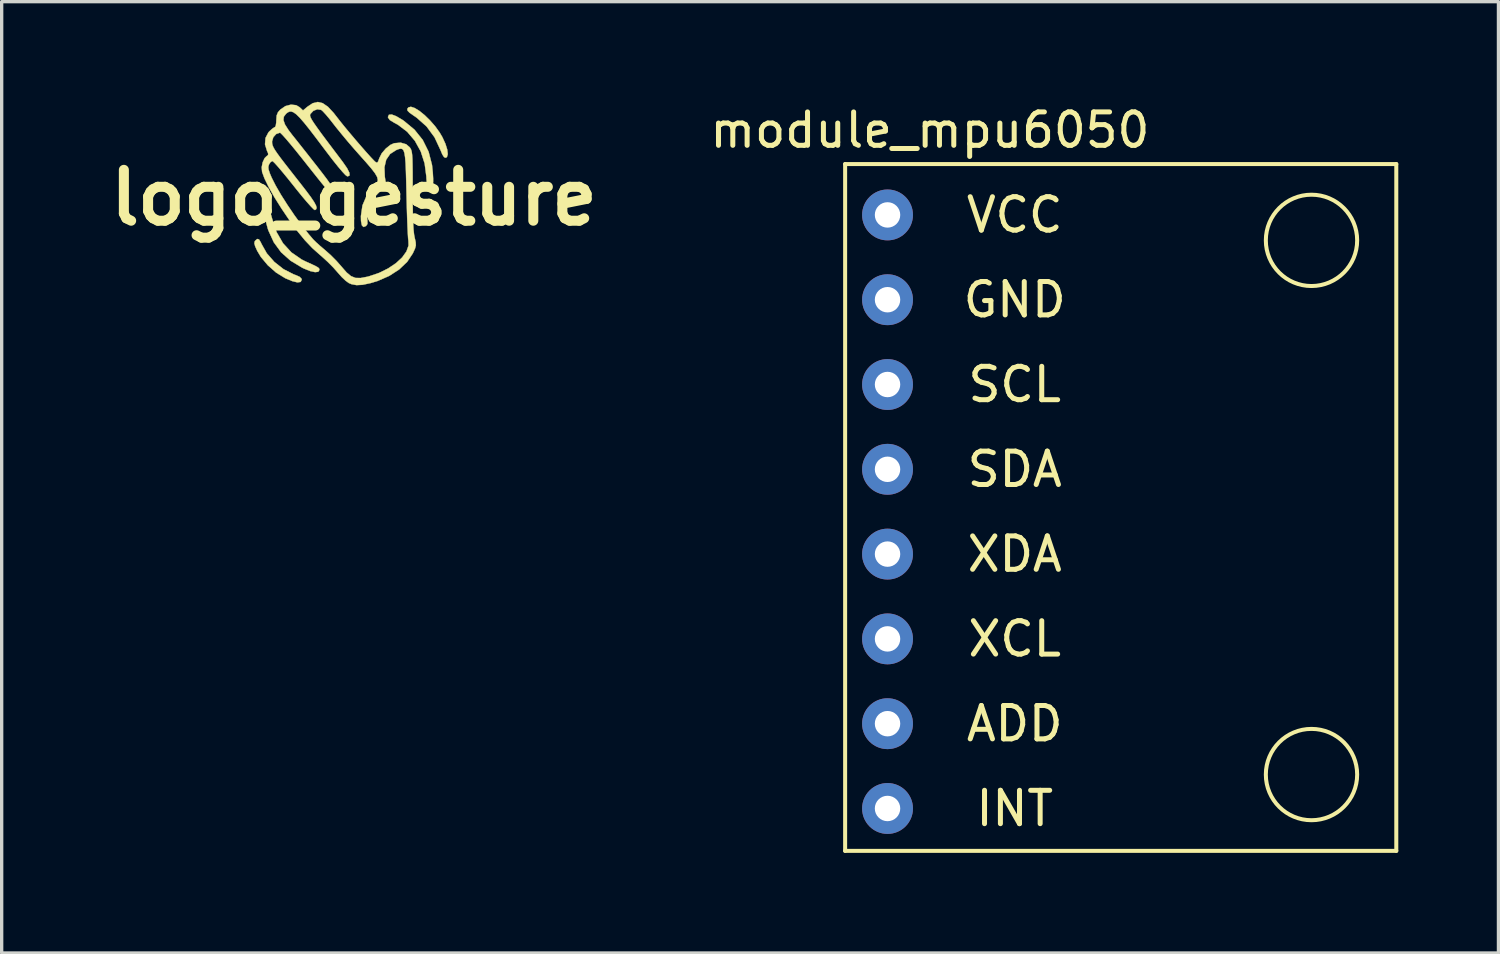
<source format=kicad_pcb>
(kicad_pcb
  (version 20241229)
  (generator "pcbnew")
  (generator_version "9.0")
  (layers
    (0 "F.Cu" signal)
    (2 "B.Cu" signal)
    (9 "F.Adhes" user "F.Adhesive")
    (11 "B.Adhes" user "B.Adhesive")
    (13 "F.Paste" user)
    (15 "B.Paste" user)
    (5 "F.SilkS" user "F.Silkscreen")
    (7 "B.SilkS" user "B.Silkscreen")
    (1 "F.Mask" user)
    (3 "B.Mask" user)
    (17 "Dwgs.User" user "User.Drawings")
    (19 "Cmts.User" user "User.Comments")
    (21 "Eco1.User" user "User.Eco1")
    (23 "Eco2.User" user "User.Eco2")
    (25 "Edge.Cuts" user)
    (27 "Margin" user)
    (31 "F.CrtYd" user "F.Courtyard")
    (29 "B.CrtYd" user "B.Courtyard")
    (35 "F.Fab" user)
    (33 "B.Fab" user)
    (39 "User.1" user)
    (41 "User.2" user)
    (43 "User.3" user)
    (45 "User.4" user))
  (footprint "logo_gesture"
    (layer "F.Cu")
    (at 7.555 2.872)
    (property "Reference" "logo_gesture" (at 0 0 0) (layer "F.SilkS") (effects (font (size 1.524 1.524) (thickness 0.3))))
    (attr through_hole)
    (fp_poly (pts (xy 1.818 -2.686) (xy 1.959 -2.599) (xy 2.116 -2.472) (xy 2.276 -2.315) (xy 2.43 -2.139) (xy 2.565 -1.952) (xy 2.645 -1.816) (xy 2.737 -1.616) (xy 2.792 -1.441) (xy 2.808 -1.304) (xy 2.783 -1.218) (xy 2.747 -1.196) (xy 2.697 -1.214) (xy 2.643 -1.299) (xy 2.59 -1.427) (xy 2.411 -1.81) (xy 2.173 -2.133) (xy 1.875 -2.398) (xy 1.799 -2.45) (xy 1.668 -2.541) (xy 1.603 -2.606) (xy 1.595 -2.659) (xy 1.627 -2.703) (xy 1.703 -2.724) (xy 1.818 -2.686)) (stroke (width 0.01) (type solid)) (fill yes) (layer "F.SilkS"))
    (fp_poly (pts (xy -2.846 1.25) (xy -2.791 1.34) (xy -2.772 1.384) (xy -2.612 1.668) (xy -2.386 1.925) (xy -2.113 2.14) (xy -1.812 2.294) (xy -1.763 2.312) (xy -1.632 2.368) (xy -1.573 2.427) (xy -1.566 2.459) (xy -1.599 2.523) (xy -1.695 2.537) (xy -1.848 2.5) (xy -2.055 2.414) (xy -2.067 2.408) (xy -2.333 2.244) (xy -2.582 2.025) (xy -2.79 1.776) (xy -2.9 1.592) (xy -2.963 1.453) (xy -2.986 1.365) (xy -2.975 1.309) (xy -2.963 1.291) (xy -2.9 1.236) (xy -2.846 1.25)) (stroke (width 0.01) (type solid)) (fill yes) (layer "F.SilkS"))
    (fp_poly (pts (xy -2.534 0.398) (xy -2.485 0.515) (xy -2.451 0.638) (xy -2.319 1.031) (xy -2.127 1.365) (xy -1.876 1.639) (xy -1.569 1.851) (xy -1.451 1.91) (xy -1.268 1.992) (xy -1.149 2.049) (xy -1.08 2.088) (xy -1.047 2.119) (xy -1.038 2.148) (xy -1.037 2.164) (xy -1.071 2.219) (xy -1.166 2.23) (xy -1.312 2.198) (xy -1.499 2.123) (xy -1.551 2.098) (xy -1.904 1.885) (xy -2.185 1.635) (xy -2.403 1.337) (xy -2.565 0.983) (xy -2.581 0.937) (xy -2.633 0.744) (xy -2.656 0.575) (xy -2.65 0.445) (xy -2.614 0.371) (xy -2.582 0.36) (xy -2.534 0.398)) (stroke (width 0.01) (type solid)) (fill yes) (layer "F.SilkS"))
    (fp_poly (pts (xy 1.268 -2.439) (xy 1.457 -2.327) (xy 1.492 -2.303) (xy 1.811 -2.038) (xy 2.059 -1.729) (xy 2.234 -1.376) (xy 2.336 -0.98) (xy 2.36 -0.751) (xy 2.37 -0.574) (xy 2.37 -0.465) (xy 2.359 -0.407) (xy 2.333 -0.385) (xy 2.294 -0.381) (xy 2.216 -0.394) (xy 2.19 -0.413) (xy 2.178 -0.471) (xy 2.168 -0.581) (xy 2.166 -0.635) (xy 2.115 -1.024) (xy 1.999 -1.384) (xy 1.822 -1.705) (xy 1.591 -1.976) (xy 1.314 -2.186) (xy 1.21 -2.242) (xy 1.072 -2.326) (xy 1.017 -2.404) (xy 1.016 -2.417) (xy 1.045 -2.484) (xy 1.13 -2.492) (xy 1.268 -2.439)) (stroke (width 0.01) (type solid)) (fill yes) (layer "F.SilkS"))
    (fp_poly (pts (xy -0.939 -2.832) (xy -0.782 -2.724) (xy -0.61 -2.539) (xy -0.523 -2.427) (xy -0.42 -2.295) (xy -0.284 -2.126) (xy -0.126 -1.936) (xy 0.043 -1.736) (xy 0.212 -1.54) (xy 0.368 -1.362) (xy 0.502 -1.213) (xy 0.602 -1.108) (xy 0.644 -1.069) (xy 0.688 -1.048) (xy 0.721 -1.083) (xy 0.756 -1.182) (xy 0.83 -1.329) (xy 0.952 -1.472) (xy 1.093 -1.584) (xy 1.201 -1.632) (xy 1.397 -1.649) (xy 1.562 -1.601) (xy 1.668 -1.51) (xy 1.694 -1.471) (xy 1.715 -1.427) (xy 1.73 -1.367) (xy 1.741 -1.281) (xy 1.749 -1.159) (xy 1.753 -0.991) (xy 1.756 -0.765) (xy 1.757 -0.473) (xy 1.757 -0.219) (xy 1.758 0.181) (xy 1.763 0.505) (xy 1.771 0.762) (xy 1.783 0.959) (xy 1.799 1.105) (xy 1.816 1.193) (xy 1.847 1.331) (xy 1.852 1.428) (xy 1.828 1.521) (xy 1.77 1.648) (xy 1.761 1.668) (xy 1.592 1.921) (xy 1.353 2.149) (xy 1.053 2.343) (xy 0.705 2.495) (xy 0.489 2.56) (xy 0.256 2.609) (xy 0.076 2.619) (xy -0.074 2.591) (xy -0.155 2.557) (xy -0.247 2.491) (xy -0.365 2.38) (xy -0.484 2.247) (xy -0.494 2.235) (xy -0.623 2.089) (xy -0.79 1.921) (xy -0.966 1.76) (xy -1.028 1.707) (xy -1.252 1.507) (xy -1.47 1.277) (xy -1.693 1.006) (xy -1.931 0.682) (xy -2.168 0.331) (xy -2.384 -0.012) (xy -2.557 -0.319) (xy -2.684 -0.58) (xy -2.754 -0.77) (xy -2.766 -0.909) (xy -2.763 -0.927) (xy -2.568 -0.927) (xy -2.561 -0.848) (xy -2.524 -0.734) (xy -2.469 -0.604) (xy -2.351 -0.37) (xy -2.19 -0.091) (xy -1.997 0.213) (xy -1.786 0.525) (xy -1.567 0.825) (xy -1.355 1.095) (xy -1.23 1.242) (xy -1.143 1.329) (xy -1.016 1.444) (xy -0.874 1.564) (xy -0.861 1.575) (xy -0.699 1.719) (xy -0.525 1.894) (xy -0.378 2.061) (xy -0.224 2.238) (xy -0.091 2.349) (xy 0.043 2.403) (xy 0.198 2.406) (xy 0.398 2.368) (xy 0.451 2.354) (xy 0.752 2.252) (xy 1.023 2.118) (xy 1.256 1.961) (xy 1.442 1.789) (xy 1.57 1.61) (xy 1.633 1.432) (xy 1.629 1.296) (xy 1.62 1.221) (xy 1.611 1.073) (xy 1.601 0.864) (xy 1.591 0.607) (xy 1.582 0.312) (xy 1.574 -0.008) (xy 1.572 -0.094) (xy 1.563 -0.482) (xy 1.554 -0.792) (xy 1.544 -1.034) (xy 1.529 -1.213) (xy 1.509 -1.339) (xy 1.481 -1.419) (xy 1.445 -1.459) (xy 1.397 -1.469) (xy 1.337 -1.456) (xy 1.262 -1.427) (xy 1.262 -1.426) (xy 1.081 -1.31) (xy 0.964 -1.139) (xy 0.911 -0.913) (xy 0.922 -0.632) (xy 0.927 -0.596) (xy 0.963 -0.368) (xy 0.721 -0.131) (xy 0.586 0.011) (xy 0.5 0.128) (xy 0.448 0.249) (xy 0.426 0.326) (xy 0.401 0.477) (xy 0.394 0.615) (xy 0.4 0.669) (xy 0.402 0.786) (xy 0.36 0.847) (xy 0.285 0.878) (xy 0.235 0.829) (xy 0.209 0.699) (xy 0.206 0.55) (xy 0.252 0.232) (xy 0.372 -0.05) (xy 0.553 -0.278) (xy 0.639 -0.368) (xy 0.694 -0.447) (xy 0.713 -0.527) (xy 0.693 -0.619) (xy 0.628 -0.732) (xy 0.517 -0.877) (xy 0.354 -1.067) (xy 0.208 -1.23) (xy 0.014 -1.449) (xy -0.186 -1.681) (xy -0.373 -1.906) (xy -0.532 -2.101) (xy -0.603 -2.192) (xy -0.729 -2.353) (xy -0.844 -2.49) (xy -0.935 -2.589) (xy -0.985 -2.631) (xy -1.1 -2.649) (xy -1.218 -2.603) (xy -1.308 -2.506) (xy -1.309 -2.505) (xy -1.318 -2.478) (xy -1.315 -2.444) (xy -1.298 -2.396) (xy -1.26 -2.326) (xy -1.197 -2.229) (xy -1.106 -2.099) (xy -0.982 -1.927) (xy -0.819 -1.709) (xy -0.615 -1.438) (xy -0.364 -1.106) (xy -0.332 -1.063) (xy -0.208 -0.884) (xy -0.141 -0.751) (xy -0.132 -0.669) (xy -0.182 -0.64) (xy -0.208 -0.643) (xy -0.258 -0.68) (xy -0.351 -0.78) (xy -0.481 -0.933) (xy -0.641 -1.133) (xy -0.824 -1.373) (xy -0.89 -1.46) (xy -1.134 -1.784) (xy -1.334 -2.045) (xy -1.496 -2.247) (xy -1.627 -2.397) (xy -1.731 -2.499) (xy -1.815 -2.559) (xy -1.885 -2.583) (xy -1.947 -2.575) (xy -2.005 -2.541) (xy -2.039 -2.512) (xy -2.103 -2.426) (xy -2.114 -2.324) (xy -2.069 -2.194) (xy -1.964 -2.028) (xy -1.849 -1.877) (xy -1.73 -1.729) (xy -1.576 -1.534) (xy -1.4 -1.312) (xy -1.219 -1.081) (xy -1.105 -0.936) (xy -0.937 -0.719) (xy -0.816 -0.559) (xy -0.735 -0.445) (xy -0.69 -0.367) (xy -0.673 -0.316) (xy -0.68 -0.281) (xy -0.698 -0.258) (xy -0.718 -0.236) (xy -0.734 -0.22) (xy -0.753 -0.215) (xy -0.781 -0.229) (xy -0.823 -0.267) (xy -0.886 -0.337) (xy -0.975 -0.444) (xy -1.096 -0.595) (xy -1.256 -0.796) (xy -1.46 -1.054) (xy -1.573 -1.196) (xy -1.746 -1.412) (xy -1.904 -1.604) (xy -2.038 -1.762) (xy -2.141 -1.877) (xy -2.204 -1.939) (xy -2.218 -1.947) (xy -2.33 -1.909) (xy -2.417 -1.814) (xy -2.455 -1.688) (xy -2.455 -1.676) (xy -2.453 -1.625) (xy -2.441 -1.572) (xy -2.416 -1.511) (xy -2.371 -1.432) (xy -2.3 -1.327) (xy -2.199 -1.189) (xy -2.062 -1.01) (xy -1.883 -0.781) (xy -1.658 -0.494) (xy -1.641 -0.473) (xy -1.443 -0.218) (xy -1.295 -0.02) (xy -1.195 0.129) (xy -1.138 0.235) (xy -1.121 0.306) (xy -1.138 0.35) (xy -1.173 0.37) (xy -1.213 0.343) (xy -1.296 0.258) (xy -1.415 0.125) (xy -1.561 -0.048) (xy -1.726 -0.251) (xy -1.808 -0.355) (xy -1.98 -0.57) (xy -2.136 -0.76) (xy -2.269 -0.917) (xy -2.371 -1.031) (xy -2.433 -1.091) (xy -2.446 -1.098) (xy -2.501 -1.066) (xy -2.547 -0.995) (xy -2.568 -0.927) (xy -2.763 -0.927) (xy -2.737 -1.059) (xy -2.679 -1.184) (xy -2.626 -1.237) (xy -2.574 -1.28) (xy -2.575 -1.334) (xy -2.607 -1.403) (xy -2.667 -1.598) (xy -2.652 -1.789) (xy -2.565 -1.955) (xy -2.537 -1.986) (xy -2.449 -2.066) (xy -2.382 -2.112) (xy -2.367 -2.117) (xy -2.345 -2.155) (xy -2.331 -2.251) (xy -2.328 -2.32) (xy -2.318 -2.462) (xy -2.278 -2.56) (xy -2.206 -2.641) (xy -2.055 -2.744) (xy -1.889 -2.788) (xy -1.733 -2.771) (xy -1.63 -2.71) (xy -1.528 -2.614) (xy -1.396 -2.725) (xy -1.238 -2.83) (xy -1.088 -2.867) (xy -0.939 -2.832)) (stroke (width 0.01) (type solid)) (fill yes) (layer "F.SilkS")))
  (footprint "module_mpu6050"
    (layer "F.Cu")
    (at 23.536 21.168)
    (property "Reference" "module_mpu6050" (at 1.27 -20.32 0) (layer "F.SilkS") (effects (font (size 1 1) (thickness 0.15))))
    (attr through_hole)
    (fp_line (start -1.27 -19.304) (end 15.24 -19.304) (stroke (width 0.12) (type solid)) (layer "F.SilkS"))
    (fp_line (start -1.27 1.27) (end -1.27 -19.304) (stroke (width 0.12) (type solid)) (layer "F.SilkS"))
    (fp_line (start 15.24 -19.304) (end 15.24 1.27) (stroke (width 0.12) (type solid)) (layer "F.SilkS"))
    (fp_line (start 15.24 1.27) (end -1.27 1.27) (stroke (width 0.12) (type solid)) (layer "F.SilkS"))
    (fp_circle (center 12.7 -17.018) (end 13.208 -15.748) (stroke (width 0.12) (type solid)) (fill no) (layer "F.SilkS"))
    (fp_circle (center 12.7 -1.016) (end 13.208 0.254) (stroke (width 0.12) (type solid)) (fill no) (layer "F.SilkS"))
    (fp_text user "SCL" (at 3.81 -12.7 0) (layer "F.SilkS") (effects (font (size 1 1) (thickness 0.15))))
    (fp_text user "GND" (at 3.81 -15.24 0) (layer "F.SilkS") (effects (font (size 1 1) (thickness 0.15))))
    (fp_text user "ADD" (at 3.81 -2.54 0) (layer "F.SilkS") (effects (font (size 1 1) (thickness 0.15))))
    (fp_text user "SDA" (at 3.81 -10.16 0) (layer "F.SilkS") (effects (font (size 1 1) (thickness 0.15))))
    (fp_text user "XCL" (at 3.81 -5.08 0) (layer "F.SilkS") (effects (font (size 1 1) (thickness 0.15))))
    (fp_text user "INT" (at 3.81 0 0) (layer "F.SilkS") (effects (font (size 1 1) (thickness 0.15))))
    (fp_text user "XDA" (at 3.81 -7.62 0) (layer "F.SilkS") (effects (font (size 1 1) (thickness 0.15))))
    (fp_text user "VCC" (at 3.81 -17.78 0) (layer "F.SilkS") (effects (font (size 1 1) (thickness 0.15))))
    (pad "1" thru_hole circle (at 0 -17.78) (size 1.524 1.524) (drill 0.762) (layers "*.Cu" "*.Mask"))
    (pad "2" thru_hole circle (at 0 -15.24) (size 1.524 1.524) (drill 0.762) (layers "*.Cu" "*.Mask"))
    (pad "3" thru_hole circle (at 0 -12.7) (size 1.524 1.524) (drill 0.762) (layers "*.Cu" "*.Mask"))
    (pad "4" thru_hole circle (at 0 -10.16) (size 1.524 1.524) (drill 0.762) (layers "*.Cu" "*.Mask"))
    (pad "5" thru_hole circle (at 0 -7.62) (size 1.524 1.524) (drill 0.762) (layers "*.Cu" "*.Mask"))
    (pad "6" thru_hole circle (at 0 -5.08) (size 1.524 1.524) (drill 0.762) (layers "*.Cu" "*.Mask"))
    (pad "7" thru_hole circle (at 0 -2.54) (size 1.524 1.524) (drill 0.762) (layers "*.Cu" "*.Mask"))
    (pad "8" thru_hole circle (at 0 0) (size 1.524 1.524) (drill 0.762) (layers "*.Cu" "*.Mask")))
  (gr_rect
    (start -3 -3)
    (end 41.836 25.498)
    (stroke (width 0.1) (type default))
    (fill no)
    (layer "Edge.Cuts")))
</source>
